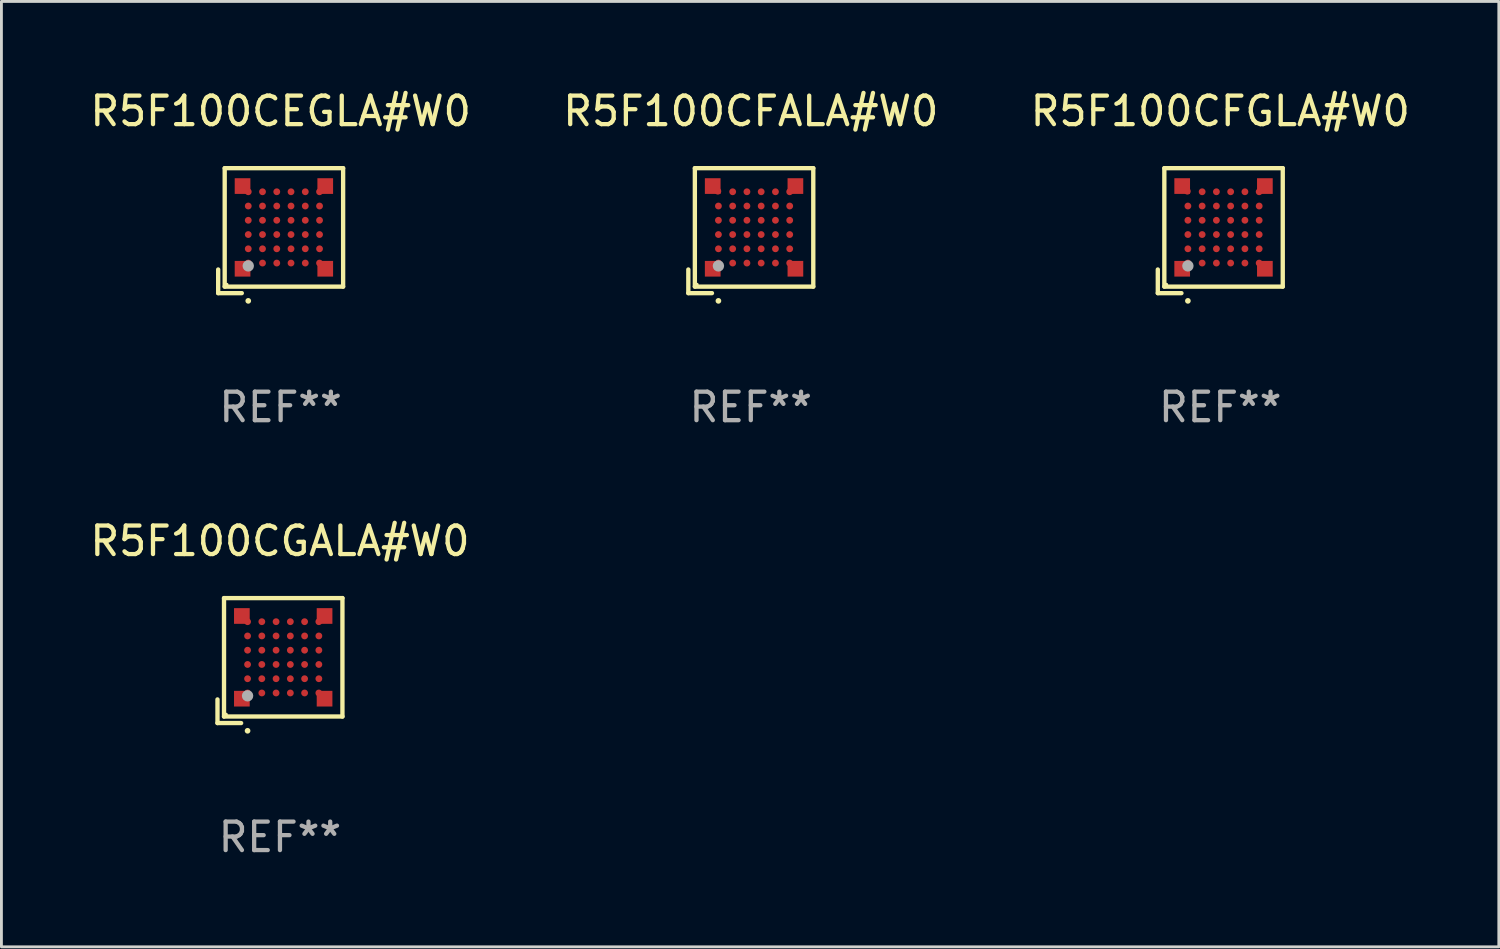
<source format=kicad_pcb>
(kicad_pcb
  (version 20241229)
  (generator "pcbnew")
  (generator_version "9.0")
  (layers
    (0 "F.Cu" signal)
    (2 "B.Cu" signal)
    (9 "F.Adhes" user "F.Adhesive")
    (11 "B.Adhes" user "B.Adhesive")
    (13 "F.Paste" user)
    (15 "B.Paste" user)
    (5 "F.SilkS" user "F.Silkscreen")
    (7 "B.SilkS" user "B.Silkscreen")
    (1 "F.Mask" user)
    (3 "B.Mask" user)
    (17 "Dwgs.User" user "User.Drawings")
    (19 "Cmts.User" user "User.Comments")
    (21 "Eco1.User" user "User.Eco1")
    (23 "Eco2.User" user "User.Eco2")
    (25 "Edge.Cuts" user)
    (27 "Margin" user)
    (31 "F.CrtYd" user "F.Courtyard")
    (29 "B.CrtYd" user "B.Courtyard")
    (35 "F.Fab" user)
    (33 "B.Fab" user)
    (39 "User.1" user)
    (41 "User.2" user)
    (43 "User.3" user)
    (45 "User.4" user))
  (footprint "R5F100CEGLA#W0"
    (layer "F.Cu")
    (at 6.792 5.039)
    (property "Reference" "R5F100CEGLA#W0" (at 0 -4.191 0) (layer "F.SilkS") (effects (font (size 1 1) (thickness 0.15))))
    (attr through_hole)
    (fp_line (start -2.191 1.362) (end -2.191 2.191) (stroke (width 0.152) (type solid)) (layer "F.SilkS"))
    (fp_line (start -2.191 2.191) (end -1.362 2.191) (stroke (width 0.152) (type solid)) (layer "F.SilkS"))
    (fp_line (start -1.962 -2.191) (end 2.191 -2.191) (stroke (width 0.152) (type solid)) (layer "F.SilkS"))
    (fp_line (start -1.962 1.962) (end -1.962 -2.191) (stroke (width 0.152) (type solid)) (layer "F.SilkS"))
    (fp_line (start 2.191 -2.191) (end 2.191 1.962) (stroke (width 0.152) (type solid)) (layer "F.SilkS"))
    (fp_line (start 2.191 1.962) (end -1.962 1.962) (stroke (width 0.152) (type solid)) (layer "F.SilkS"))
    (fp_circle (center -1.886 1.886) (end -1.856 1.886) (stroke (width 0.06) (type solid)) (fill no) (layer "F.SilkS"))
    (fp_circle (center -1.136 2.462) (end -1.086 2.462) (stroke (width 0.1) (type solid)) (fill no) (layer "F.SilkS"))
    (fp_circle (center -1.136 1.236) (end -1.036 1.236) (stroke (width 0.2) (type solid)) (fill no) (layer "F.Fab"))
    (fp_text user "REF**" (at 0 6.191 0) (layer "F.Fab") (effects (font (size 1 1) (thickness 0.15))))
    (pad "A1" smd rect (at -1.336 1.336) (size 0.55 0.55) (layers "F.Cu" "F.Mask" "F.Paste"))
    (pad "A1" smd circle (at -1.136 1.136) (size 0.24 0.24) (layers "F.Cu" "F.Mask" "F.Paste"))
    (pad "A2" smd circle (at -1.136 0.636) (size 0.24 0.24) (layers "F.Cu" "F.Mask" "F.Paste"))
    (pad "A3" smd circle (at -1.136 0.136) (size 0.24 0.24) (layers "F.Cu" "F.Mask" "F.Paste"))
    (pad "A4" smd circle (at -1.136 -0.364) (size 0.24 0.24) (layers "F.Cu" "F.Mask" "F.Paste"))
    (pad "A5" smd circle (at -1.136 -0.864) (size 0.24 0.24) (layers "F.Cu" "F.Mask" "F.Paste"))
    (pad "A6" smd rect (at -1.336 -1.564) (size 0.55 0.55) (layers "F.Cu" "F.Mask" "F.Paste"))
    (pad "A6" smd circle (at -1.136 -1.364) (size 0.24 0.24) (layers "F.Cu" "F.Mask" "F.Paste"))
    (pad "B1" smd circle (at -0.636 1.136) (size 0.24 0.24) (layers "F.Cu" "F.Mask" "F.Paste"))
    (pad "B2" smd circle (at -0.636 0.636) (size 0.24 0.24) (layers "F.Cu" "F.Mask" "F.Paste"))
    (pad "B3" smd circle (at -0.636 0.136) (size 0.24 0.24) (layers "F.Cu" "F.Mask" "F.Paste"))
    (pad "B4" smd circle (at -0.636 -0.364) (size 0.24 0.24) (layers "F.Cu" "F.Mask" "F.Paste"))
    (pad "B5" smd circle (at -0.636 -0.864) (size 0.24 0.24) (layers "F.Cu" "F.Mask" "F.Paste"))
    (pad "B6" smd circle (at -0.636 -1.364) (size 0.24 0.24) (layers "F.Cu" "F.Mask" "F.Paste"))
    (pad "C1" smd circle (at -0.136 1.136) (size 0.24 0.24) (layers "F.Cu" "F.Mask" "F.Paste"))
    (pad "C2" smd circle (at -0.136 0.636) (size 0.24 0.24) (layers "F.Cu" "F.Mask" "F.Paste"))
    (pad "C3" smd circle (at -0.136 0.136) (size 0.24 0.24) (layers "F.Cu" "F.Mask" "F.Paste"))
    (pad "C4" smd circle (at -0.136 -0.364) (size 0.24 0.24) (layers "F.Cu" "F.Mask" "F.Paste"))
    (pad "C5" smd circle (at -0.136 -0.864) (size 0.24 0.24) (layers "F.Cu" "F.Mask" "F.Paste"))
    (pad "C6" smd circle (at -0.136 -1.364) (size 0.24 0.24) (layers "F.Cu" "F.Mask" "F.Paste"))
    (pad "D1" smd circle (at 0.364 1.136) (size 0.24 0.24) (layers "F.Cu" "F.Mask" "F.Paste"))
    (pad "D2" smd circle (at 0.364 0.636) (size 0.24 0.24) (layers "F.Cu" "F.Mask" "F.Paste"))
    (pad "D3" smd circle (at 0.364 0.136) (size 0.24 0.24) (layers "F.Cu" "F.Mask" "F.Paste"))
    (pad "D4" smd circle (at 0.364 -0.364) (size 0.24 0.24) (layers "F.Cu" "F.Mask" "F.Paste"))
    (pad "D5" smd circle (at 0.364 -0.864) (size 0.24 0.24) (layers "F.Cu" "F.Mask" "F.Paste"))
    (pad "D6" smd circle (at 0.364 -1.364) (size 0.24 0.24) (layers "F.Cu" "F.Mask" "F.Paste"))
    (pad "E1" smd circle (at 0.864 1.136) (size 0.24 0.24) (layers "F.Cu" "F.Mask" "F.Paste"))
    (pad "E2" smd circle (at 0.864 0.636) (size 0.24 0.24) (layers "F.Cu" "F.Mask" "F.Paste"))
    (pad "E3" smd circle (at 0.864 0.136) (size 0.24 0.24) (layers "F.Cu" "F.Mask" "F.Paste"))
    (pad "E4" smd circle (at 0.864 -0.364) (size 0.24 0.24) (layers "F.Cu" "F.Mask" "F.Paste"))
    (pad "E5" smd circle (at 0.864 -0.864) (size 0.24 0.24) (layers "F.Cu" "F.Mask" "F.Paste"))
    (pad "E6" smd circle (at 0.864 -1.364) (size 0.24 0.24) (layers "F.Cu" "F.Mask" "F.Paste"))
    (pad "F1" smd circle (at 1.364 1.136) (size 0.24 0.24) (layers "F.Cu" "F.Mask" "F.Paste"))
    (pad "F1" smd rect (at 1.564 1.336) (size 0.55 0.55) (layers "F.Cu" "F.Mask" "F.Paste"))
    (pad "F2" smd circle (at 1.364 0.636) (size 0.24 0.24) (layers "F.Cu" "F.Mask" "F.Paste"))
    (pad "F3" smd circle (at 1.364 0.136) (size 0.24 0.24) (layers "F.Cu" "F.Mask" "F.Paste"))
    (pad "F4" smd circle (at 1.364 -0.364) (size 0.24 0.24) (layers "F.Cu" "F.Mask" "F.Paste"))
    (pad "F5" smd circle (at 1.364 -0.864) (size 0.24 0.24) (layers "F.Cu" "F.Mask" "F.Paste"))
    (pad "F6" smd circle (at 1.364 -1.364) (size 0.24 0.24) (layers "F.Cu" "F.Mask" "F.Paste"))
    (pad "F6" smd rect (at 1.564 -1.564) (size 0.55 0.55) (layers "F.Cu" "F.Mask" "F.Paste")))
  (footprint "R5F100CGALA#W0"
    (layer "F.Cu")
    (at 6.768 20.116)
    (property "Reference" "R5F100CGALA#W0" (at 0 -4.191 0) (layer "F.SilkS") (effects (font (size 1 1) (thickness 0.15))))
    (attr through_hole)
    (fp_line (start -2.191 1.362) (end -2.191 2.191) (stroke (width 0.152) (type solid)) (layer "F.SilkS"))
    (fp_line (start -2.191 2.191) (end -1.362 2.191) (stroke (width 0.152) (type solid)) (layer "F.SilkS"))
    (fp_line (start -1.962 -2.191) (end 2.191 -2.191) (stroke (width 0.152) (type solid)) (layer "F.SilkS"))
    (fp_line (start -1.962 1.962) (end -1.962 -2.191) (stroke (width 0.152) (type solid)) (layer "F.SilkS"))
    (fp_line (start 2.191 -2.191) (end 2.191 1.962) (stroke (width 0.152) (type solid)) (layer "F.SilkS"))
    (fp_line (start 2.191 1.962) (end -1.962 1.962) (stroke (width 0.152) (type solid)) (layer "F.SilkS"))
    (fp_circle (center -1.886 1.886) (end -1.856 1.886) (stroke (width 0.06) (type solid)) (fill no) (layer "F.SilkS"))
    (fp_circle (center -1.136 2.462) (end -1.086 2.462) (stroke (width 0.1) (type solid)) (fill no) (layer "F.SilkS"))
    (fp_circle (center -1.136 1.236) (end -1.036 1.236) (stroke (width 0.2) (type solid)) (fill no) (layer "F.Fab"))
    (fp_text user "REF**" (at 0 6.191 0) (layer "F.Fab") (effects (font (size 1 1) (thickness 0.15))))
    (pad "A1" smd rect (at -1.336 1.336) (size 0.55 0.55) (layers "F.Cu" "F.Mask" "F.Paste"))
    (pad "A1" smd circle (at -1.136 1.136) (size 0.24 0.24) (layers "F.Cu" "F.Mask" "F.Paste"))
    (pad "A2" smd circle (at -1.136 0.636) (size 0.24 0.24) (layers "F.Cu" "F.Mask" "F.Paste"))
    (pad "A3" smd circle (at -1.136 0.136) (size 0.24 0.24) (layers "F.Cu" "F.Mask" "F.Paste"))
    (pad "A4" smd circle (at -1.136 -0.364) (size 0.24 0.24) (layers "F.Cu" "F.Mask" "F.Paste"))
    (pad "A5" smd circle (at -1.136 -0.864) (size 0.24 0.24) (layers "F.Cu" "F.Mask" "F.Paste"))
    (pad "A6" smd rect (at -1.336 -1.564) (size 0.55 0.55) (layers "F.Cu" "F.Mask" "F.Paste"))
    (pad "A6" smd circle (at -1.136 -1.364) (size 0.24 0.24) (layers "F.Cu" "F.Mask" "F.Paste"))
    (pad "B1" smd circle (at -0.636 1.136) (size 0.24 0.24) (layers "F.Cu" "F.Mask" "F.Paste"))
    (pad "B2" smd circle (at -0.636 0.636) (size 0.24 0.24) (layers "F.Cu" "F.Mask" "F.Paste"))
    (pad "B3" smd circle (at -0.636 0.136) (size 0.24 0.24) (layers "F.Cu" "F.Mask" "F.Paste"))
    (pad "B4" smd circle (at -0.636 -0.364) (size 0.24 0.24) (layers "F.Cu" "F.Mask" "F.Paste"))
    (pad "B5" smd circle (at -0.636 -0.864) (size 0.24 0.24) (layers "F.Cu" "F.Mask" "F.Paste"))
    (pad "B6" smd circle (at -0.636 -1.364) (size 0.24 0.24) (layers "F.Cu" "F.Mask" "F.Paste"))
    (pad "C1" smd circle (at -0.136 1.136) (size 0.24 0.24) (layers "F.Cu" "F.Mask" "F.Paste"))
    (pad "C2" smd circle (at -0.136 0.636) (size 0.24 0.24) (layers "F.Cu" "F.Mask" "F.Paste"))
    (pad "C3" smd circle (at -0.136 0.136) (size 0.24 0.24) (layers "F.Cu" "F.Mask" "F.Paste"))
    (pad "C4" smd circle (at -0.136 -0.364) (size 0.24 0.24) (layers "F.Cu" "F.Mask" "F.Paste"))
    (pad "C5" smd circle (at -0.136 -0.864) (size 0.24 0.24) (layers "F.Cu" "F.Mask" "F.Paste"))
    (pad "C6" smd circle (at -0.136 -1.364) (size 0.24 0.24) (layers "F.Cu" "F.Mask" "F.Paste"))
    (pad "D1" smd circle (at 0.364 1.136) (size 0.24 0.24) (layers "F.Cu" "F.Mask" "F.Paste"))
    (pad "D2" smd circle (at 0.364 0.636) (size 0.24 0.24) (layers "F.Cu" "F.Mask" "F.Paste"))
    (pad "D3" smd circle (at 0.364 0.136) (size 0.24 0.24) (layers "F.Cu" "F.Mask" "F.Paste"))
    (pad "D4" smd circle (at 0.364 -0.364) (size 0.24 0.24) (layers "F.Cu" "F.Mask" "F.Paste"))
    (pad "D5" smd circle (at 0.364 -0.864) (size 0.24 0.24) (layers "F.Cu" "F.Mask" "F.Paste"))
    (pad "D6" smd circle (at 0.364 -1.364) (size 0.24 0.24) (layers "F.Cu" "F.Mask" "F.Paste"))
    (pad "E1" smd circle (at 0.864 1.136) (size 0.24 0.24) (layers "F.Cu" "F.Mask" "F.Paste"))
    (pad "E2" smd circle (at 0.864 0.636) (size 0.24 0.24) (layers "F.Cu" "F.Mask" "F.Paste"))
    (pad "E3" smd circle (at 0.864 0.136) (size 0.24 0.24) (layers "F.Cu" "F.Mask" "F.Paste"))
    (pad "E4" smd circle (at 0.864 -0.364) (size 0.24 0.24) (layers "F.Cu" "F.Mask" "F.Paste"))
    (pad "E5" smd circle (at 0.864 -0.864) (size 0.24 0.24) (layers "F.Cu" "F.Mask" "F.Paste"))
    (pad "E6" smd circle (at 0.864 -1.364) (size 0.24 0.24) (layers "F.Cu" "F.Mask" "F.Paste"))
    (pad "F1" smd circle (at 1.364 1.136) (size 0.24 0.24) (layers "F.Cu" "F.Mask" "F.Paste"))
    (pad "F1" smd rect (at 1.564 1.336) (size 0.55 0.55) (layers "F.Cu" "F.Mask" "F.Paste"))
    (pad "F2" smd circle (at 1.364 0.636) (size 0.24 0.24) (layers "F.Cu" "F.Mask" "F.Paste"))
    (pad "F3" smd circle (at 1.364 0.136) (size 0.24 0.24) (layers "F.Cu" "F.Mask" "F.Paste"))
    (pad "F4" smd circle (at 1.364 -0.364) (size 0.24 0.24) (layers "F.Cu" "F.Mask" "F.Paste"))
    (pad "F5" smd circle (at 1.364 -0.864) (size 0.24 0.24) (layers "F.Cu" "F.Mask" "F.Paste"))
    (pad "F6" smd circle (at 1.364 -1.364) (size 0.24 0.24) (layers "F.Cu" "F.Mask" "F.Paste"))
    (pad "F6" smd rect (at 1.564 -1.564) (size 0.55 0.55) (layers "F.Cu" "F.Mask" "F.Paste")))
  (footprint "R5F100CFALA#W0"
    (layer "F.Cu")
    (at 23.28 5.039)
    (property "Reference" "R5F100CFALA#W0" (at 0 -4.191 0) (layer "F.SilkS") (effects (font (size 1 1) (thickness 0.15))))
    (attr through_hole)
    (fp_line (start -2.191 1.362) (end -2.191 2.191) (stroke (width 0.152) (type solid)) (layer "F.SilkS"))
    (fp_line (start -2.191 2.191) (end -1.362 2.191) (stroke (width 0.152) (type solid)) (layer "F.SilkS"))
    (fp_line (start -1.962 -2.191) (end 2.191 -2.191) (stroke (width 0.152) (type solid)) (layer "F.SilkS"))
    (fp_line (start -1.962 1.962) (end -1.962 -2.191) (stroke (width 0.152) (type solid)) (layer "F.SilkS"))
    (fp_line (start 2.191 -2.191) (end 2.191 1.962) (stroke (width 0.152) (type solid)) (layer "F.SilkS"))
    (fp_line (start 2.191 1.962) (end -1.962 1.962) (stroke (width 0.152) (type solid)) (layer "F.SilkS"))
    (fp_circle (center -1.886 1.886) (end -1.856 1.886) (stroke (width 0.06) (type solid)) (fill no) (layer "F.SilkS"))
    (fp_circle (center -1.136 2.462) (end -1.086 2.462) (stroke (width 0.1) (type solid)) (fill no) (layer "F.SilkS"))
    (fp_circle (center -1.136 1.236) (end -1.036 1.236) (stroke (width 0.2) (type solid)) (fill no) (layer "F.Fab"))
    (fp_text user "REF**" (at 0 6.191 0) (layer "F.Fab") (effects (font (size 1 1) (thickness 0.15))))
    (pad "A1" smd rect (at -1.336 1.336) (size 0.55 0.55) (layers "F.Cu" "F.Mask" "F.Paste"))
    (pad "A1" smd circle (at -1.136 1.136) (size 0.24 0.24) (layers "F.Cu" "F.Mask" "F.Paste"))
    (pad "A2" smd circle (at -1.136 0.636) (size 0.24 0.24) (layers "F.Cu" "F.Mask" "F.Paste"))
    (pad "A3" smd circle (at -1.136 0.136) (size 0.24 0.24) (layers "F.Cu" "F.Mask" "F.Paste"))
    (pad "A4" smd circle (at -1.136 -0.364) (size 0.24 0.24) (layers "F.Cu" "F.Mask" "F.Paste"))
    (pad "A5" smd circle (at -1.136 -0.864) (size 0.24 0.24) (layers "F.Cu" "F.Mask" "F.Paste"))
    (pad "A6" smd rect (at -1.336 -1.564) (size 0.55 0.55) (layers "F.Cu" "F.Mask" "F.Paste"))
    (pad "A6" smd circle (at -1.156 -1.384) (size 0.24 0.24) (layers "F.Cu" "F.Mask" "F.Paste"))
    (pad "B1" smd circle (at -0.636 1.136) (size 0.24 0.24) (layers "F.Cu" "F.Mask" "F.Paste"))
    (pad "B2" smd circle (at -0.636 0.636) (size 0.24 0.24) (layers "F.Cu" "F.Mask" "F.Paste"))
    (pad "B3" smd circle (at -0.636 0.136) (size 0.24 0.24) (layers "F.Cu" "F.Mask" "F.Paste"))
    (pad "B4" smd circle (at -0.636 -0.364) (size 0.24 0.24) (layers "F.Cu" "F.Mask" "F.Paste"))
    (pad "B5" smd circle (at -0.636 -0.864) (size 0.24 0.24) (layers "F.Cu" "F.Mask" "F.Paste"))
    (pad "B6" smd circle (at -0.636 -1.364) (size 0.24 0.24) (layers "F.Cu" "F.Mask" "F.Paste"))
    (pad "C1" smd circle (at -0.136 1.136) (size 0.24 0.24) (layers "F.Cu" "F.Mask" "F.Paste"))
    (pad "C2" smd circle (at -0.136 0.636) (size 0.24 0.24) (layers "F.Cu" "F.Mask" "F.Paste"))
    (pad "C3" smd circle (at -0.136 0.136) (size 0.24 0.24) (layers "F.Cu" "F.Mask" "F.Paste"))
    (pad "C4" smd circle (at -0.136 -0.364) (size 0.24 0.24) (layers "F.Cu" "F.Mask" "F.Paste"))
    (pad "C5" smd circle (at -0.136 -0.864) (size 0.24 0.24) (layers "F.Cu" "F.Mask" "F.Paste"))
    (pad "C6" smd circle (at -0.136 -1.364) (size 0.24 0.24) (layers "F.Cu" "F.Mask" "F.Paste"))
    (pad "D1" smd circle (at 0.364 1.136) (size 0.24 0.24) (layers "F.Cu" "F.Mask" "F.Paste"))
    (pad "D2" smd circle (at 0.364 0.636) (size 0.24 0.24) (layers "F.Cu" "F.Mask" "F.Paste"))
    (pad "D3" smd circle (at 0.364 0.136) (size 0.24 0.24) (layers "F.Cu" "F.Mask" "F.Paste"))
    (pad "D4" smd circle (at 0.364 -0.364) (size 0.24 0.24) (layers "F.Cu" "F.Mask" "F.Paste"))
    (pad "D5" smd circle (at 0.364 -0.864) (size 0.24 0.24) (layers "F.Cu" "F.Mask" "F.Paste"))
    (pad "D6" smd circle (at 0.364 -1.364) (size 0.24 0.24) (layers "F.Cu" "F.Mask" "F.Paste"))
    (pad "E1" smd circle (at 0.864 1.136) (size 0.24 0.24) (layers "F.Cu" "F.Mask" "F.Paste"))
    (pad "E2" smd circle (at 0.864 0.636) (size 0.24 0.24) (layers "F.Cu" "F.Mask" "F.Paste"))
    (pad "E3" smd circle (at 0.864 0.136) (size 0.24 0.24) (layers "F.Cu" "F.Mask" "F.Paste"))
    (pad "E4" smd circle (at 0.864 -0.364) (size 0.24 0.24) (layers "F.Cu" "F.Mask" "F.Paste"))
    (pad "E5" smd circle (at 0.864 -0.864) (size 0.24 0.24) (layers "F.Cu" "F.Mask" "F.Paste"))
    (pad "E6" smd circle (at 0.864 -1.364) (size 0.24 0.24) (layers "F.Cu" "F.Mask" "F.Paste"))
    (pad "F1" smd circle (at 1.364 1.136) (size 0.24 0.24) (layers "F.Cu" "F.Mask" "F.Paste"))
    (pad "F1" smd rect (at 1.564 1.336) (size 0.55 0.55) (layers "F.Cu" "F.Mask" "F.Paste"))
    (pad "F2" smd circle (at 1.364 0.636) (size 0.24 0.24) (layers "F.Cu" "F.Mask" "F.Paste"))
    (pad "F3" smd circle (at 1.364 0.136) (size 0.24 0.24) (layers "F.Cu" "F.Mask" "F.Paste"))
    (pad "F4" smd circle (at 1.364 -0.364) (size 0.24 0.24) (layers "F.Cu" "F.Mask" "F.Paste"))
    (pad "F5" smd circle (at 1.364 -0.864) (size 0.24 0.24) (layers "F.Cu" "F.Mask" "F.Paste"))
    (pad "F6" smd circle (at 1.364 -1.364) (size 0.24 0.24) (layers "F.Cu" "F.Mask" "F.Paste"))
    (pad "F6" smd rect (at 1.564 -1.564) (size 0.55 0.55) (layers "F.Cu" "F.Mask" "F.Paste")))
  (footprint "R5F100CFGLA#W0"
    (layer "F.Cu")
    (at 39.744 5.039)
    (property "Reference" "R5F100CFGLA#W0" (at 0 -4.191 0) (layer "F.SilkS") (effects (font (size 1 1) (thickness 0.15))))
    (attr through_hole)
    (fp_line (start -2.191 1.362) (end -2.191 2.191) (stroke (width 0.152) (type solid)) (layer "F.SilkS"))
    (fp_line (start -2.191 2.191) (end -1.362 2.191) (stroke (width 0.152) (type solid)) (layer "F.SilkS"))
    (fp_line (start -1.962 -2.191) (end 2.191 -2.191) (stroke (width 0.152) (type solid)) (layer "F.SilkS"))
    (fp_line (start -1.962 1.962) (end -1.962 -2.191) (stroke (width 0.152) (type solid)) (layer "F.SilkS"))
    (fp_line (start 2.191 -2.191) (end 2.191 1.962) (stroke (width 0.152) (type solid)) (layer "F.SilkS"))
    (fp_line (start 2.191 1.962) (end -1.962 1.962) (stroke (width 0.152) (type solid)) (layer "F.SilkS"))
    (fp_circle (center -1.886 1.886) (end -1.856 1.886) (stroke (width 0.06) (type solid)) (fill no) (layer "F.SilkS"))
    (fp_circle (center -1.136 2.462) (end -1.086 2.462) (stroke (width 0.1) (type solid)) (fill no) (layer "F.SilkS"))
    (fp_circle (center -1.136 1.236) (end -1.036 1.236) (stroke (width 0.2) (type solid)) (fill no) (layer "F.Fab"))
    (fp_text user "REF**" (at 0 6.191 0) (layer "F.Fab") (effects (font (size 1 1) (thickness 0.15))))
    (pad "A1" smd rect (at -1.336 1.336) (size 0.55 0.55) (layers "F.Cu" "F.Mask" "F.Paste"))
    (pad "A1" smd circle (at -1.136 1.136) (size 0.24 0.24) (layers "F.Cu" "F.Mask" "F.Paste"))
    (pad "A2" smd circle (at -1.136 0.636) (size 0.24 0.24) (layers "F.Cu" "F.Mask" "F.Paste"))
    (pad "A3" smd circle (at -1.136 0.136) (size 0.24 0.24) (layers "F.Cu" "F.Mask" "F.Paste"))
    (pad "A4" smd circle (at -1.136 -0.364) (size 0.24 0.24) (layers "F.Cu" "F.Mask" "F.Paste"))
    (pad "A5" smd circle (at -1.136 -0.864) (size 0.24 0.24) (layers "F.Cu" "F.Mask" "F.Paste"))
    (pad "A6" smd rect (at -1.336 -1.564) (size 0.55 0.55) (layers "F.Cu" "F.Mask" "F.Paste"))
    (pad "A6" smd circle (at -1.156 -1.384) (size 0.24 0.24) (layers "F.Cu" "F.Mask" "F.Paste"))
    (pad "B1" smd circle (at -0.636 1.136) (size 0.24 0.24) (layers "F.Cu" "F.Mask" "F.Paste"))
    (pad "B2" smd circle (at -0.636 0.636) (size 0.24 0.24) (layers "F.Cu" "F.Mask" "F.Paste"))
    (pad "B3" smd circle (at -0.636 0.136) (size 0.24 0.24) (layers "F.Cu" "F.Mask" "F.Paste"))
    (pad "B4" smd circle (at -0.636 -0.364) (size 0.24 0.24) (layers "F.Cu" "F.Mask" "F.Paste"))
    (pad "B5" smd circle (at -0.636 -0.864) (size 0.24 0.24) (layers "F.Cu" "F.Mask" "F.Paste"))
    (pad "B6" smd circle (at -0.636 -1.364) (size 0.24 0.24) (layers "F.Cu" "F.Mask" "F.Paste"))
    (pad "C1" smd circle (at -0.136 1.136) (size 0.24 0.24) (layers "F.Cu" "F.Mask" "F.Paste"))
    (pad "C2" smd circle (at -0.136 0.636) (size 0.24 0.24) (layers "F.Cu" "F.Mask" "F.Paste"))
    (pad "C3" smd circle (at -0.136 0.136) (size 0.24 0.24) (layers "F.Cu" "F.Mask" "F.Paste"))
    (pad "C4" smd circle (at -0.136 -0.364) (size 0.24 0.24) (layers "F.Cu" "F.Mask" "F.Paste"))
    (pad "C5" smd circle (at -0.136 -0.864) (size 0.24 0.24) (layers "F.Cu" "F.Mask" "F.Paste"))
    (pad "C6" smd circle (at -0.136 -1.364) (size 0.24 0.24) (layers "F.Cu" "F.Mask" "F.Paste"))
    (pad "D1" smd circle (at 0.364 1.136) (size 0.24 0.24) (layers "F.Cu" "F.Mask" "F.Paste"))
    (pad "D2" smd circle (at 0.364 0.636) (size 0.24 0.24) (layers "F.Cu" "F.Mask" "F.Paste"))
    (pad "D3" smd circle (at 0.364 0.136) (size 0.24 0.24) (layers "F.Cu" "F.Mask" "F.Paste"))
    (pad "D4" smd circle (at 0.364 -0.364) (size 0.24 0.24) (layers "F.Cu" "F.Mask" "F.Paste"))
    (pad "D5" smd circle (at 0.364 -0.864) (size 0.24 0.24) (layers "F.Cu" "F.Mask" "F.Paste"))
    (pad "D6" smd circle (at 0.364 -1.364) (size 0.24 0.24) (layers "F.Cu" "F.Mask" "F.Paste"))
    (pad "E1" smd circle (at 0.864 1.136) (size 0.24 0.24) (layers "F.Cu" "F.Mask" "F.Paste"))
    (pad "E2" smd circle (at 0.864 0.636) (size 0.24 0.24) (layers "F.Cu" "F.Mask" "F.Paste"))
    (pad "E3" smd circle (at 0.864 0.136) (size 0.24 0.24) (layers "F.Cu" "F.Mask" "F.Paste"))
    (pad "E4" smd circle (at 0.864 -0.364) (size 0.24 0.24) (layers "F.Cu" "F.Mask" "F.Paste"))
    (pad "E5" smd circle (at 0.864 -0.864) (size 0.24 0.24) (layers "F.Cu" "F.Mask" "F.Paste"))
    (pad "E6" smd circle (at 0.864 -1.364) (size 0.24 0.24) (layers "F.Cu" "F.Mask" "F.Paste"))
    (pad "F1" smd circle (at 1.364 1.136) (size 0.24 0.24) (layers "F.Cu" "F.Mask" "F.Paste"))
    (pad "F1" smd rect (at 1.564 1.336) (size 0.55 0.55) (layers "F.Cu" "F.Mask" "F.Paste"))
    (pad "F2" smd circle (at 1.364 0.636) (size 0.24 0.24) (layers "F.Cu" "F.Mask" "F.Paste"))
    (pad "F3" smd circle (at 1.364 0.136) (size 0.24 0.24) (layers "F.Cu" "F.Mask" "F.Paste"))
    (pad "F4" smd circle (at 1.364 -0.364) (size 0.24 0.24) (layers "F.Cu" "F.Mask" "F.Paste"))
    (pad "F5" smd circle (at 1.364 -0.864) (size 0.24 0.24) (layers "F.Cu" "F.Mask" "F.Paste"))
    (pad "F6" smd circle (at 1.364 -1.364) (size 0.24 0.24) (layers "F.Cu" "F.Mask" "F.Paste"))
    (pad "F6" smd rect (at 1.564 -1.564) (size 0.55 0.55) (layers "F.Cu" "F.Mask" "F.Paste")))
  (gr_rect
    (start -3 -3)
    (end 49.512 30.155)
    (stroke (width 0.1) (type default))
    (fill no)
    (layer "Edge.Cuts")))
</source>
